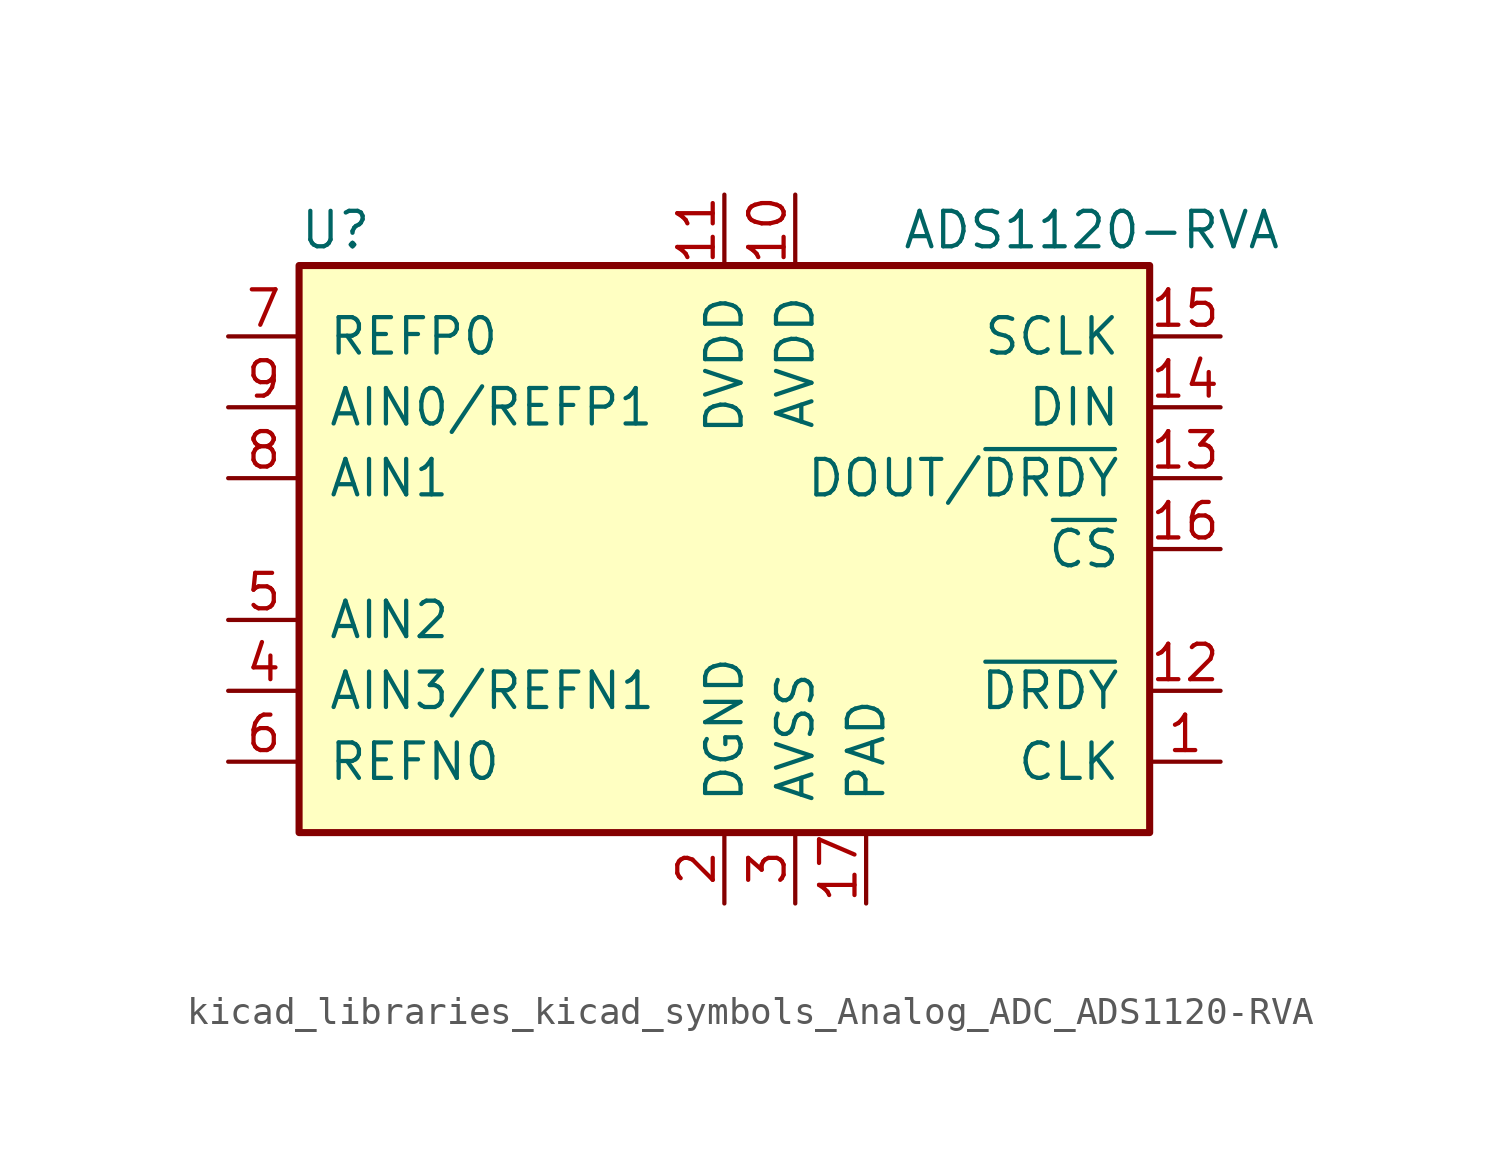
<source format=kicad_sym>
(kicad_symbol_lib
  (version 20220914)
  (generator kicad_symbol_editor)
  (symbol "kicad_libraries_kicad_symbols_Analog_ADC_ADS1120-RVA"
    (pin_names
      (offset 1.016))
    (property "Reference" "U"
      (at -15.24 11.43 0)
      (effects (font (size 1.27 1.27)) (justify left)))
    (property "Value" "ADS1120-RVA"
      (at 6.35 11.43 0)
      (effects (font (size 1.27 1.27)) (justify left)))
    (symbol "kicad_libraries_kicad_symbols_Analog_ADC_ADS1120-RVA_0_1"
      (rectangle (start -15.24 10.16) (end 15.24 -10.16) (stroke (width 0.254) (type default)) (fill (type background))))
    (symbol "kicad_libraries_kicad_symbols_Analog_ADC_ADS1120-RVA_1_1"
      (pin input line (at 17.78 -7.62 180) (length 2.54) (name "CLK" (effects (font (size 1.27 1.27)))) (number "1" (effects (font (size 1.27 1.27)))))
      (pin power_in line (at 2.54 12.7 270) (length 2.54) (name "AVDD" (effects (font (size 1.27 1.27)))) (number "10" (effects (font (size 1.27 1.27)))))
      (pin power_in line (at 0 12.7 270) (length 2.54) (name "DVDD" (effects (font (size 1.27 1.27)))) (number "11" (effects (font (size 1.27 1.27)))))
      (pin output line (at 17.78 -5.08 180) (length 2.54) (name "~{DRDY}" (effects (font (size 1.27 1.27)))) (number "12" (effects (font (size 1.27 1.27)))))
      (pin output line (at 17.78 2.54 180) (length 2.54) (name "DOUT/~{DRDY}" (effects (font (size 1.27 1.27)))) (number "13" (effects (font (size 1.27 1.27)))))
      (pin input line (at 17.78 5.08 180) (length 2.54) (name "DIN" (effects (font (size 1.27 1.27)))) (number "14" (effects (font (size 1.27 1.27)))))
      (pin input line (at 17.78 7.62 180) (length 2.54) (name "SCLK" (effects (font (size 1.27 1.27)))) (number "15" (effects (font (size 1.27 1.27)))))
      (pin input line (at 17.78 0 180) (length 2.54) (name "~{CS}" (effects (font (size 1.27 1.27)))) (number "16" (effects (font (size 1.27 1.27)))))
      (pin passive line (at 5.08 -12.7 90) (length 2.54) (name "PAD" (effects (font (size 1.27 1.27)))) (number "17" (effects (font (size 1.27 1.27)))))
      (pin power_in line (at 0 -12.7 90) (length 2.54) (name "DGND" (effects (font (size 1.27 1.27)))) (number "2" (effects (font (size 1.27 1.27)))))
      (pin power_in line (at 2.54 -12.7 90) (length 2.54) (name "AVSS" (effects (font (size 1.27 1.27)))) (number "3" (effects (font (size 1.27 1.27)))))
      (pin input line (at -17.78 -5.08 0) (length 2.54) (name "AIN3/REFN1" (effects (font (size 1.27 1.27)))) (number "4" (effects (font (size 1.27 1.27)))))
      (pin input line (at -17.78 -2.54 0) (length 2.54) (name "AIN2" (effects (font (size 1.27 1.27)))) (number "5" (effects (font (size 1.27 1.27)))))
      (pin input line (at -17.78 -7.62 0) (length 2.54) (name "REFN0" (effects (font (size 1.27 1.27)))) (number "6" (effects (font (size 1.27 1.27)))))
      (pin input line (at -17.78 7.62 0) (length 2.54) (name "REFP0" (effects (font (size 1.27 1.27)))) (number "7" (effects (font (size 1.27 1.27)))))
      (pin input line (at -17.78 2.54 0) (length 2.54) (name "AIN1" (effects (font (size 1.27 1.27)))) (number "8" (effects (font (size 1.27 1.27)))))
      (pin input line (at -17.78 5.08 0) (length 2.54) (name "AIN0/REFP1" (effects (font (size 1.27 1.27)))) (number "9" (effects (font (size 1.27 1.27))))))))
</source>
